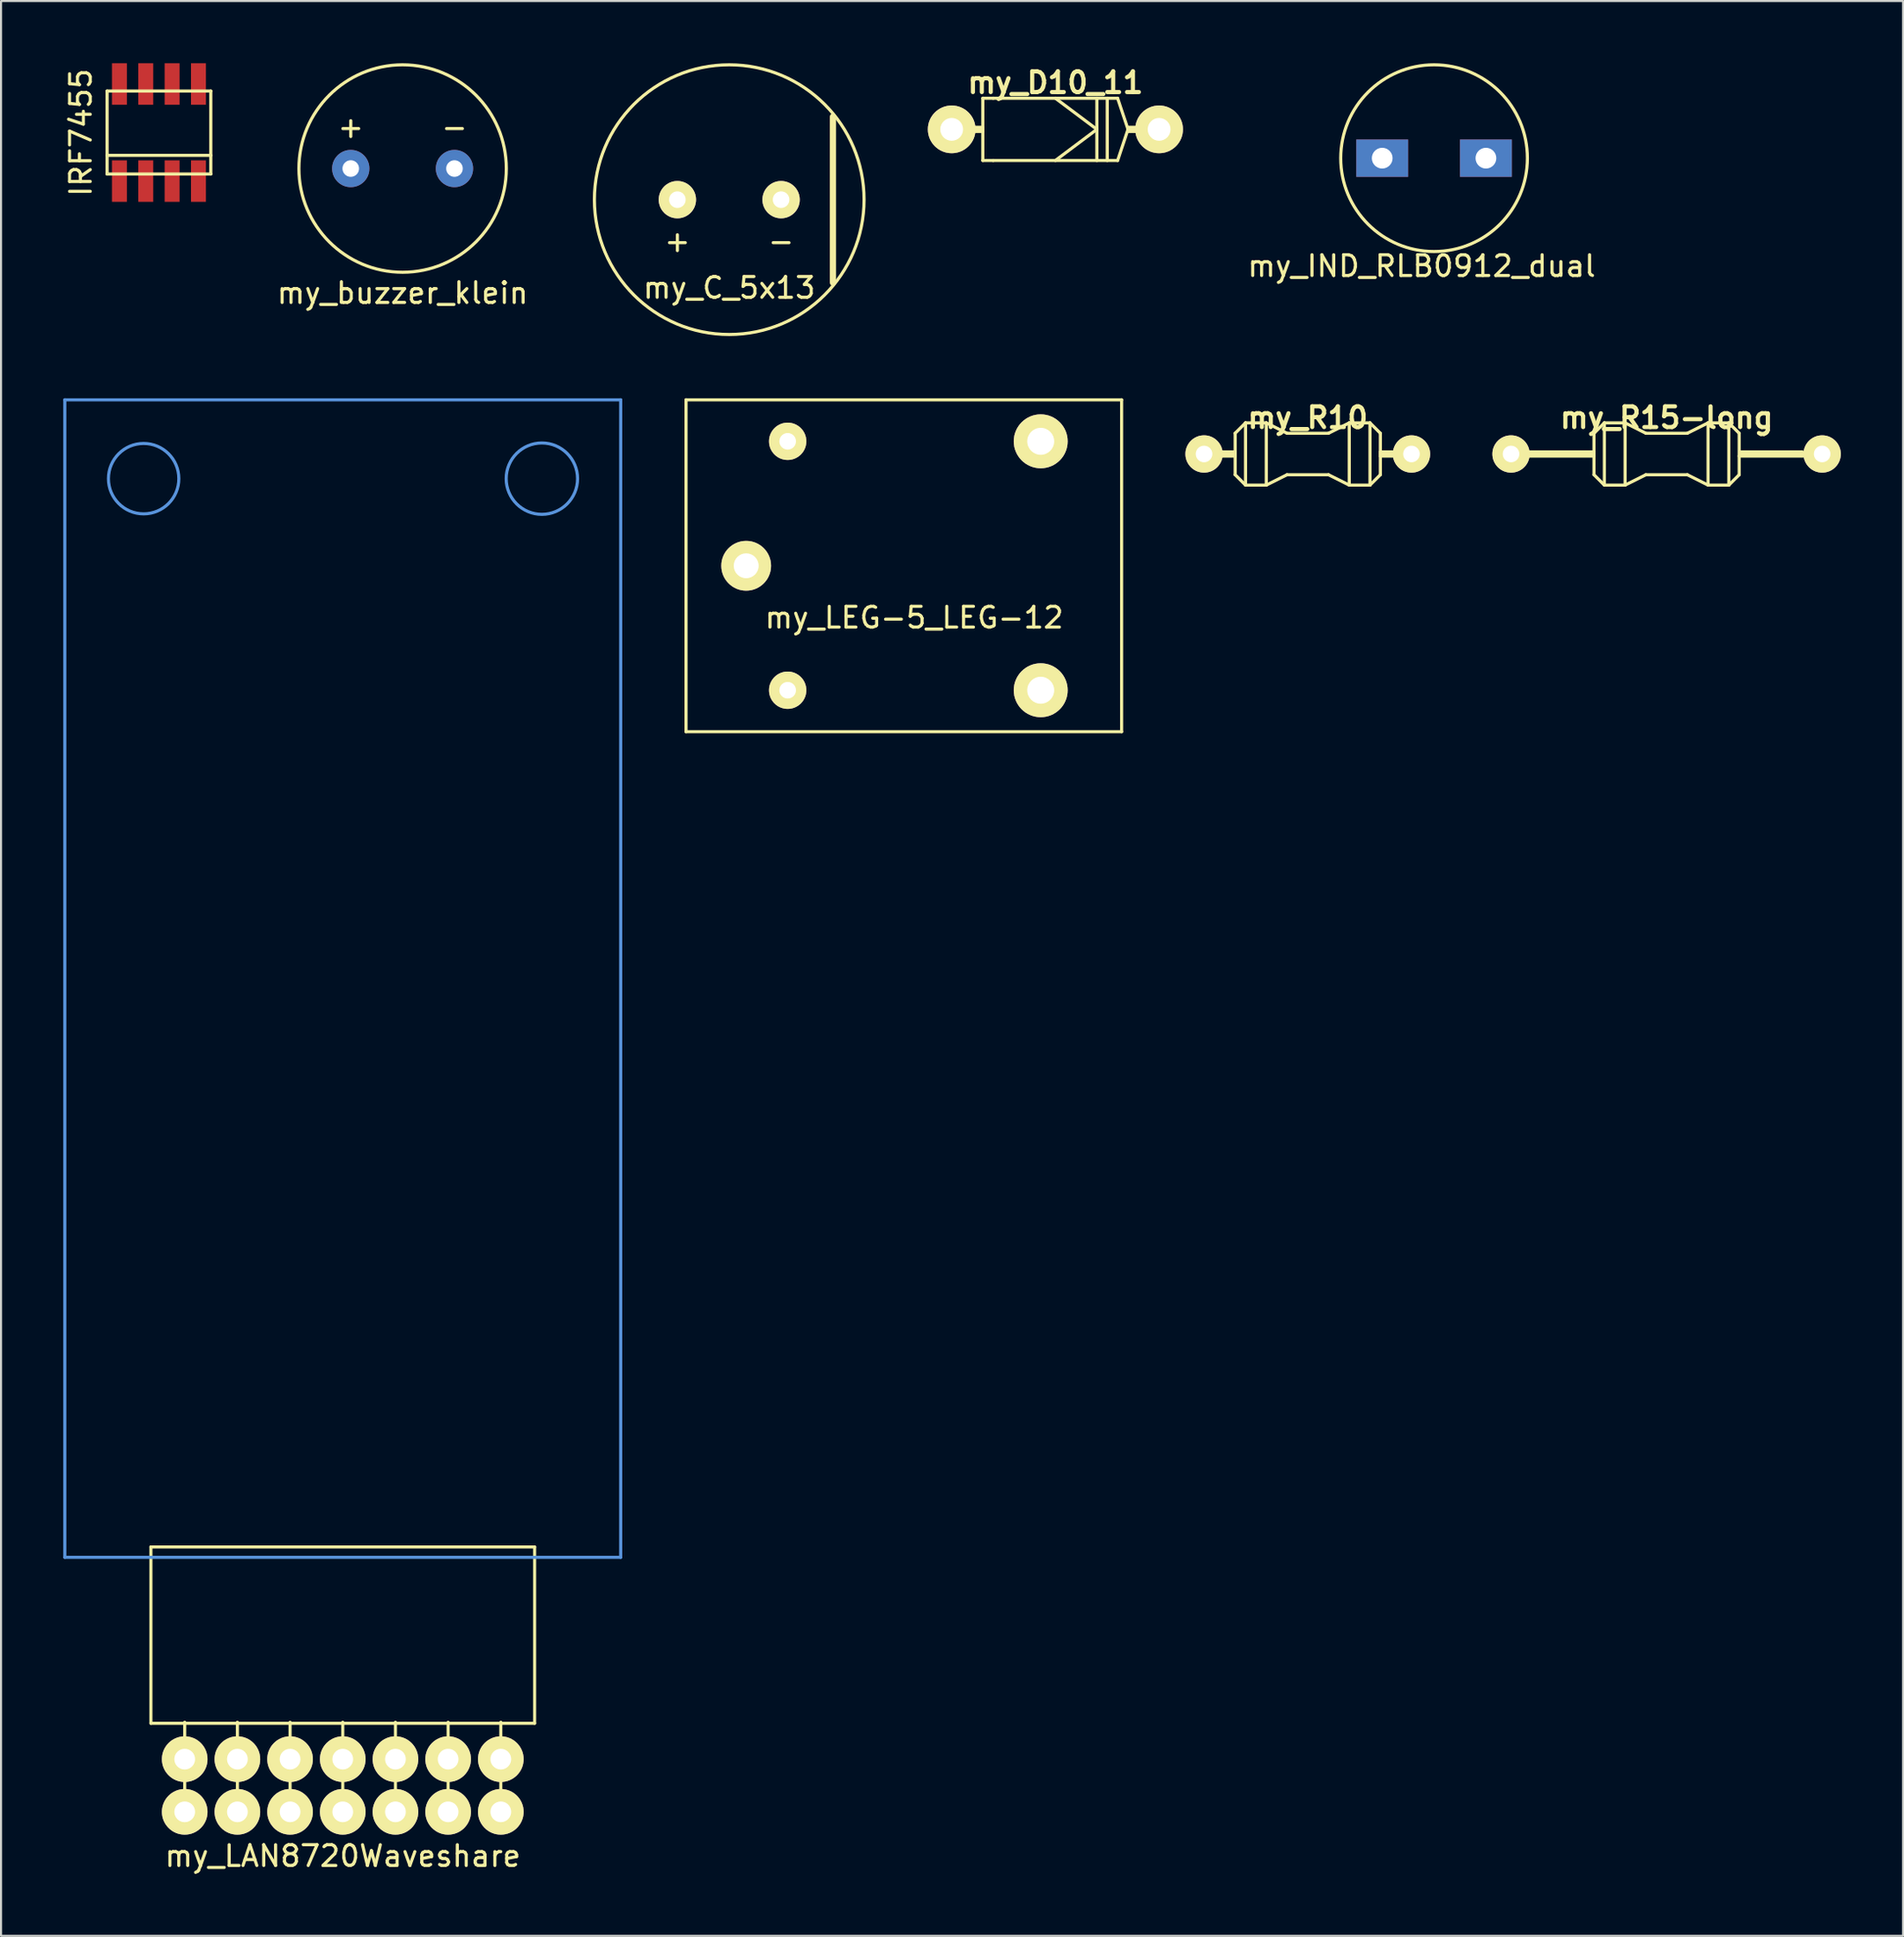
<source format=kicad_pcb>
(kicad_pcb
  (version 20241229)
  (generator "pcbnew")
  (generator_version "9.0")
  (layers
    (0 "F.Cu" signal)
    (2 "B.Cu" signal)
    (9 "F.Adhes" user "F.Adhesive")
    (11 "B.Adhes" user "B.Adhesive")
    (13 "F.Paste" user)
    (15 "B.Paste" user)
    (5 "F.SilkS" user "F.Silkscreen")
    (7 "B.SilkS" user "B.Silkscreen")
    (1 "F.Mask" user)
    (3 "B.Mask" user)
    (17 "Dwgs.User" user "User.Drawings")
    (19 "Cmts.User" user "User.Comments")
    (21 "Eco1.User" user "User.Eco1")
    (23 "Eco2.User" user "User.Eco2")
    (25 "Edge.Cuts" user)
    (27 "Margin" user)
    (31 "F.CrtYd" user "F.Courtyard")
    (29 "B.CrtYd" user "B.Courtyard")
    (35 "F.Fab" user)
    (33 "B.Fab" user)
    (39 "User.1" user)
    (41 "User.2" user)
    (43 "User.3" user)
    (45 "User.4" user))
  (footprint "my_LAN8720Waveshare"
    (layer "F.Cu")
    (at 13.475 83.025)
    (property "Reference" "my_LAN8720Waveshare" (at 0 3.4 0) (layer "F.SilkS") (effects (font (size 1 1) (thickness 0.15))))
    (attr through_hole)
    (fp_line (start -9.25 -11.5) (end -9.25 -3) (stroke (width 0.15) (type solid)) (layer "F.SilkS"))
    (fp_line (start -9.25 -3) (end 9.25 -3) (stroke (width 0.15) (type solid)) (layer "F.SilkS"))
    (fp_line (start -7.62 1.27) (end -7.62 -3.048) (stroke (width 0.15) (type solid)) (layer "F.SilkS"))
    (fp_line (start -5.08 1.27) (end -5.08 -3.048) (stroke (width 0.15) (type solid)) (layer "F.SilkS"))
    (fp_line (start -2.54 1.27) (end -2.54 -3.048) (stroke (width 0.15) (type solid)) (layer "F.SilkS"))
    (fp_line (start 0 1.27) (end 0 -3.048) (stroke (width 0.15) (type solid)) (layer "F.SilkS"))
    (fp_line (start 2.54 1.27) (end 2.54 -3.048) (stroke (width 0.15) (type solid)) (layer "F.SilkS"))
    (fp_line (start 5.08 1.27) (end 5.08 -3.048) (stroke (width 0.15) (type solid)) (layer "F.SilkS"))
    (fp_line (start 7.62 1.27) (end 7.62 -3.048) (stroke (width 0.15) (type solid)) (layer "F.SilkS"))
    (fp_line (start 9.25 -11.5) (end -9.25 -11.5) (stroke (width 0.15) (type solid)) (layer "F.SilkS"))
    (fp_line (start 9.25 -3) (end 9.25 -11.5) (stroke (width 0.15) (type solid)) (layer "F.SilkS"))
    (fp_line (start -13.4 -66.8) (end 13.4 -66.8) (stroke (width 0.15) (type solid)) (layer "Cmts.User"))
    (fp_line (start -13.4 -11) (end -13.4 -66.8) (stroke (width 0.15) (type solid)) (layer "Cmts.User"))
    (fp_line (start 13.4 -66.8) (end 13.4 -11) (stroke (width 0.15) (type solid)) (layer "Cmts.User"))
    (fp_line (start 13.4 -11) (end -13.4 -11) (stroke (width 0.15) (type solid)) (layer "Cmts.User"))
    (fp_circle (center -9.6 -63) (end -8.4 -61.8) (stroke (width 0.15) (type solid)) (fill no) (layer "Cmts.User"))
    (fp_circle (center 9.6 -63) (end 11 -62) (stroke (width 0.15) (type solid)) (fill no) (layer "Cmts.User"))
    (pad "1" thru_hole circle (at -7.62 -1.27) (size 2.2 2.2) (drill 1) (layers "*.Cu" "*.Mask" "F.SilkS"))
    (pad "2" thru_hole circle (at -7.62 1.27) (size 2.2 2.2) (drill 1) (layers "*.Cu" "*.Mask" "F.SilkS"))
    (pad "3" thru_hole circle (at -5.08 -1.27) (size 2.2 2.2) (drill 1) (layers "*.Cu" "*.Mask" "F.SilkS"))
    (pad "4" thru_hole circle (at -5.08 1.27) (size 2.2 2.2) (drill 1) (layers "*.Cu" "*.Mask" "F.SilkS"))
    (pad "5" thru_hole circle (at -2.54 -1.27) (size 2.2 2.2) (drill 1) (layers "*.Cu" "*.Mask" "F.SilkS"))
    (pad "6" thru_hole circle (at -2.54 1.27) (size 2.2 2.2) (drill 1) (layers "*.Cu" "*.Mask" "F.SilkS"))
    (pad "7" thru_hole circle (at 0 -1.27) (size 2.2 2.2) (drill 1) (layers "*.Cu" "*.Mask" "F.SilkS"))
    (pad "8" thru_hole circle (at 0 1.27) (size 2.2 2.2) (drill 1) (layers "*.Cu" "*.Mask" "F.SilkS"))
    (pad "9" thru_hole circle (at 2.54 -1.27) (size 2.2 2.2) (drill 1) (layers "*.Cu" "*.Mask" "F.SilkS"))
    (pad "10" thru_hole circle (at 2.54 1.27) (size 2.2 2.2) (drill 1) (layers "*.Cu" "*.Mask" "F.SilkS"))
    (pad "11" thru_hole circle (at 5.08 -1.27) (size 2.2 2.2) (drill 1) (layers "*.Cu" "*.Mask" "F.SilkS"))
    (pad "12" thru_hole circle (at 5.08 1.27) (size 2.2 2.2) (drill 1) (layers "*.Cu" "*.Mask" "F.SilkS"))
    (pad "13" thru_hole circle (at 7.62 -1.27) (size 2.2 2.2) (drill 1) (layers "*.Cu" "*.Mask" "F.SilkS"))
    (pad "14" thru_hole circle (at 7.62 1.27) (size 2.2 2.2) (drill 1) (layers "*.Cu" "*.Mask" "F.SilkS")))
  (footprint "my_C_5x13"
    (layer "F.Cu")
    (at 32.108 6.575)
    (property "Reference" "my_C_5x13" (at 0 4.25 0) (layer "F.SilkS") (effects (font (size 1 1) (thickness 0.15))))
    (attr through_hole)
    (fp_line (start 5 -4) (end 5 4) (stroke (width 0.3) (type solid)) (layer "F.SilkS"))
    (fp_circle (center 0 0) (end 6.5 0) (stroke (width 0.15) (type solid)) (fill no) (layer "F.SilkS"))
    (fp_text user "-" (at 2.5 2 0) (layer "F.SilkS") (effects (font (size 1 1) (thickness 0.15))))
    (fp_text user "+" (at -2.5 2 0) (layer "F.SilkS") (effects (font (size 1 1) (thickness 0.15))))
    (pad "1" thru_hole circle (at -2.5 0) (size 1.8 1.8) (drill 0.8) (layers "*.Cu" "*.Mask" "F.SilkS"))
    (pad "2" thru_hole circle (at 2.5 0) (size 1.8 1.8) (drill 0.8) (layers "*.Cu" "*.Mask" "F.SilkS")))
  (footprint "my_R15-long"
    (layer "F.Cu")
    (at 77.3 18.836)
    (property "Reference" "my_R15-long" (at 0 -1.75 0) (layer "F.SilkS") (effects (font (size 1 1) (thickness 0.2))))
    (attr through_hole)
    (fp_line (start -7.5 -0.1) (end -7.5 0.1) (stroke (width 0.15) (type solid)) (layer "F.SilkS"))
    (fp_line (start -6.65 0.1) (end -3.5 0.1) (stroke (width 0.15) (type solid)) (layer "F.SilkS"))
    (fp_line (start -3.5 -1) (end -3.5 1) (stroke (width 0.15) (type solid)) (layer "F.SilkS"))
    (fp_line (start -3.5 -0.1) (end -6.7 -0.1) (stroke (width 0.15) (type solid)) (layer "F.SilkS"))
    (fp_line (start -3.5 0) (end -6.6 0) (stroke (width 0.15) (type solid)) (layer "F.SilkS"))
    (fp_line (start -3.5 1) (end -3 1.5) (stroke (width 0.15) (type solid)) (layer "F.SilkS"))
    (fp_line (start -3 -1.5) (end -3.5 -1) (stroke (width 0.15) (type solid)) (layer "F.SilkS"))
    (fp_line (start -3 -1.5) (end -2 -1.5) (stroke (width 0.15) (type solid)) (layer "F.SilkS"))
    (fp_line (start -3 1.5) (end -3 -1.5) (stroke (width 0.15) (type solid)) (layer "F.SilkS"))
    (fp_line (start -2 -1.5) (end -2 1.5) (stroke (width 0.15) (type solid)) (layer "F.SilkS"))
    (fp_line (start -2 -1.5) (end -1 -1) (stroke (width 0.15) (type solid)) (layer "F.SilkS"))
    (fp_line (start -2 1.5) (end -3 1.5) (stroke (width 0.15) (type solid)) (layer "F.SilkS"))
    (fp_line (start -1 -1) (end 1 -1) (stroke (width 0.15) (type solid)) (layer "F.SilkS"))
    (fp_line (start -1 1) (end -2 1.5) (stroke (width 0.15) (type solid)) (layer "F.SilkS"))
    (fp_line (start 1 -1) (end 2 -1.5) (stroke (width 0.15) (type solid)) (layer "F.SilkS"))
    (fp_line (start 1 1) (end -1 1) (stroke (width 0.15) (type solid)) (layer "F.SilkS"))
    (fp_line (start 2 -1.5) (end 2 1.5) (stroke (width 0.15) (type solid)) (layer "F.SilkS"))
    (fp_line (start 2 -1.5) (end 3 -1.5) (stroke (width 0.15) (type solid)) (layer "F.SilkS"))
    (fp_line (start 2 1.5) (end 1 1) (stroke (width 0.15) (type solid)) (layer "F.SilkS"))
    (fp_line (start 3 -1.5) (end 3 1.5) (stroke (width 0.15) (type solid)) (layer "F.SilkS"))
    (fp_line (start 3 1.5) (end 2 1.5) (stroke (width 0.15) (type solid)) (layer "F.SilkS"))
    (fp_line (start 3 1.5) (end 3.5 1) (stroke (width 0.15) (type solid)) (layer "F.SilkS"))
    (fp_line (start 3.5 -1) (end 3 -1.5) (stroke (width 0.15) (type solid)) (layer "F.SilkS"))
    (fp_line (start 3.5 1) (end 3.5 -1) (stroke (width 0.15) (type solid)) (layer "F.SilkS"))
    (fp_line (start 3.55 -0.1) (end 6.55 -0.1) (stroke (width 0.15) (type solid)) (layer "F.SilkS"))
    (fp_line (start 3.6 0) (end 6.6 0) (stroke (width 0.15) (type solid)) (layer "F.SilkS"))
    (fp_line (start 6.6 0.1) (end 3.5 0.1) (stroke (width 0.15) (type solid)) (layer "F.SilkS"))
    (fp_line (start 7.5 -0.1) (end 7.5 0.1) (stroke (width 0.15) (type solid)) (layer "F.SilkS"))
    (pad "1" thru_hole circle (at -7.5 0) (size 1.8 1.8) (drill 0.8) (layers "*.Cu" "*.Mask" "F.SilkS"))
    (pad "2" thru_hole circle (at 7.5 0) (size 1.8 1.8) (drill 0.8) (layers "*.Cu" "*.Mask" "F.SilkS")))
  (footprint "IRF7455"
    (layer "F.Cu")
    (at 4.613 3.34)
    (property "Reference" "IRF7455" (at -3.765 0 90) (layer "F.SilkS") (effects (font (size 1 1) (thickness 0.15))))
    (attr smd)
    (fp_line (start -2.5 -2) (end 2.5 -2) (stroke (width 0.15) (type solid)) (layer "F.SilkS"))
    (fp_line (start -2.5 1.1) (end 2.5 1.1) (stroke (width 0.15) (type solid)) (layer "F.SilkS"))
    (fp_line (start -2.5 2) (end -2.5 -2) (stroke (width 0.15) (type solid)) (layer "F.SilkS"))
    (fp_line (start 2.5 -2) (end 2.5 2) (stroke (width 0.15) (type solid)) (layer "F.SilkS"))
    (fp_line (start 2.5 2) (end -2.5 2) (stroke (width 0.15) (type solid)) (layer "F.SilkS"))
    (pad "1" smd rect (at -1.905 2.34) (size 0.72 2) (layers "F.Cu" "F.Mask" "F.Paste"))
    (pad "2" smd rect (at -0.635 2.34) (size 0.72 2) (layers "F.Cu" "F.Mask" "F.Paste"))
    (pad "3" smd rect (at 0.635 2.34) (size 0.72 2) (layers "F.Cu" "F.Mask" "F.Paste"))
    (pad "4" smd rect (at 1.905 2.34) (size 0.72 2) (layers "F.Cu" "F.Mask" "F.Paste"))
    (pad "5" smd rect (at 1.905 -2.34) (size 0.72 2) (layers "F.Cu" "F.Mask" "F.Paste"))
    (pad "6" smd rect (at 0.635 -2.34) (size 0.72 2) (layers "F.Cu" "F.Mask" "F.Paste"))
    (pad "7" smd rect (at -0.635 -2.34) (size 0.72 2) (layers "F.Cu" "F.Mask" "F.Paste"))
    (pad "8" smd rect (at -1.905 -2.34) (size 0.72 2) (layers "F.Cu" "F.Mask" "F.Paste")))
  (footprint "my_LEG-5_LEG-12"
    (layer "F.Cu")
    (at 41.025 24.225)
    (property "Reference" "my_LEG-5_LEG-12" (at 0 2.5 0) (layer "F.SilkS") (effects (font (size 1 1) (thickness 0.15))))
    (attr through_hole)
    (fp_line (start -11 -8) (end 10 -8) (stroke (width 0.15) (type solid)) (layer "F.SilkS"))
    (fp_line (start -11 8) (end -11 -8) (stroke (width 0.15) (type solid)) (layer "F.SilkS"))
    (fp_line (start 10 -8) (end 10 8) (stroke (width 0.15) (type solid)) (layer "F.SilkS"))
    (fp_line (start 10 8) (end -11 8) (stroke (width 0.15) (type solid)) (layer "F.SilkS"))
    (pad "1" thru_hole circle (at -6.1 -6) (size 1.8 1.8) (drill 0.8) (layers "*.Cu" "*.Mask" "F.SilkS"))
    (pad "2" thru_hole circle (at -6.1 6) (size 1.8 1.8) (drill 0.8) (layers "*.Cu" "*.Mask" "F.SilkS"))
    (pad "3" thru_hole circle (at -8.1 0) (size 2.4 2.4) (drill 1.2) (layers "*.Cu" "*.Mask" "F.SilkS"))
    (pad "4" thru_hole circle (at 6.1 6) (size 2.6 2.6) (drill 1.3) (layers "*.Cu" "*.Mask" "F.SilkS"))
    (pad "5" thru_hole circle (at 6.1 -6) (size 2.6 2.6) (drill 1.3) (layers "*.Cu" "*.Mask" "F.SilkS")))
  (footprint "my_D10_11"
    (layer "F.Cu")
    (at 47.833 3.186)
    (property "Reference" "my_D10_11" (at 0 -2.25 0) (layer "F.SilkS") (effects (font (size 1 1) (thickness 0.2))))
    (attr through_hole)
    (fp_line (start -5 -0.1) (end -5 0.1) (stroke (width 0.15) (type solid)) (layer "F.SilkS"))
    (fp_line (start -5 0.1) (end -3.5 0.1) (stroke (width 0.15) (type solid)) (layer "F.SilkS"))
    (fp_line (start -3.5 -1.5) (end -3.5 1.5) (stroke (width 0.15) (type solid)) (layer "F.SilkS"))
    (fp_line (start -3.5 -0.1) (end -5 -0.1) (stroke (width 0.15) (type solid)) (layer "F.SilkS"))
    (fp_line (start -3.5 0) (end -5 0) (stroke (width 0.15) (type solid)) (layer "F.SilkS"))
    (fp_line (start -3.5 1.5) (end -3 1.5) (stroke (width 0.15) (type solid)) (layer "F.SilkS"))
    (fp_line (start -3 -1.5) (end -3.5 -1.5) (stroke (width 0.15) (type solid)) (layer "F.SilkS"))
    (fp_line (start -3 1.5) (end 3 1.5) (stroke (width 0.15) (type solid)) (layer "F.SilkS"))
    (fp_line (start 0 -1.5) (end 2 0) (stroke (width 0.15) (type solid)) (layer "F.SilkS"))
    (fp_line (start 2 -1.5) (end 2 1.5) (stroke (width 0.15) (type solid)) (layer "F.SilkS"))
    (fp_line (start 2 0) (end 0 1.5) (stroke (width 0.15) (type solid)) (layer "F.SilkS"))
    (fp_line (start 2.5 1.5) (end 2.5 -1.5) (stroke (width 0.15) (type solid)) (layer "F.SilkS"))
    (fp_line (start 3 -1.5) (end -3 -1.5) (stroke (width 0.15) (type solid)) (layer "F.SilkS"))
    (fp_line (start 3 1.5) (end 3.5 0) (stroke (width 0.15) (type solid)) (layer "F.SilkS"))
    (fp_line (start 3.5 -0.1) (end 5 -0.1) (stroke (width 0.15) (type solid)) (layer "F.SilkS"))
    (fp_line (start 3.5 0) (end 3 -1.5) (stroke (width 0.15) (type solid)) (layer "F.SilkS"))
    (fp_line (start 3.5 0) (end 5 0) (stroke (width 0.15) (type solid)) (layer "F.SilkS"))
    (fp_line (start 5 -0.1) (end 5 0.1) (stroke (width 0.15) (type solid)) (layer "F.SilkS"))
    (fp_line (start 5 0.1) (end 3.5 0.1) (stroke (width 0.15) (type solid)) (layer "F.SilkS"))
    (pad "1" thru_hole circle (at 5 0) (size 2.3 2.3) (drill 1.1) (layers "*.Cu" "*.Mask" "F.SilkS"))
    (pad "2" thru_hole circle (at -5 0) (size 2.3 2.3) (drill 1.1) (layers "*.Cu" "*.Mask" "F.SilkS")))
  (footprint "my_buzzer_klein"
    (layer "F.Cu")
    (at 16.361 5.075)
    (property "Reference" "my_buzzer_klein" (at 0 6 0) (layer "F.SilkS") (effects (font (size 1 1) (thickness 0.15))))
    (attr through_hole)
    (fp_circle (center 0 0) (end 5 0) (stroke (width 0.15) (type solid)) (fill no) (layer "F.SilkS"))
    (fp_text user "-" (at 2.5 -2 0) (layer "F.SilkS") (effects (font (size 1 1) (thickness 0.15))))
    (fp_text user "+" (at -2.5 -2 0) (layer "F.SilkS") (effects (font (size 1 1) (thickness 0.15))))
    (pad "1" thru_hole circle (at -2.5 0) (size 1.8 1.8) (drill 0.8) (layers "*.Cu" "*.Mask"))
    (pad "2" thru_hole circle (at 2.5 0) (size 1.8 1.8) (drill 0.8) (layers "*.Cu" "*.Mask")))
  (footprint "my_R10"
    (layer "F.Cu")
    (at 60 18.836)
    (property "Reference" "my_R10" (at 0 -1.75 0) (layer "F.SilkS") (effects (font (size 1 1) (thickness 0.2))))
    (attr through_hole)
    (fp_line (start -5 -0.1) (end -5 0.1) (stroke (width 0.15) (type solid)) (layer "F.SilkS"))
    (fp_line (start -5 0.1) (end -3.5 0.1) (stroke (width 0.15) (type solid)) (layer "F.SilkS"))
    (fp_line (start -3.5 -1) (end -3.5 1) (stroke (width 0.15) (type solid)) (layer "F.SilkS"))
    (fp_line (start -3.5 -0.1) (end -5 -0.1) (stroke (width 0.15) (type solid)) (layer "F.SilkS"))
    (fp_line (start -3.5 0) (end -5 0) (stroke (width 0.15) (type solid)) (layer "F.SilkS"))
    (fp_line (start -3.5 1) (end -3 1.5) (stroke (width 0.15) (type solid)) (layer "F.SilkS"))
    (fp_line (start -3 -1.5) (end -3.5 -1) (stroke (width 0.15) (type solid)) (layer "F.SilkS"))
    (fp_line (start -3 -1.5) (end -2 -1.5) (stroke (width 0.15) (type solid)) (layer "F.SilkS"))
    (fp_line (start -3 1.5) (end -3 -1.5) (stroke (width 0.15) (type solid)) (layer "F.SilkS"))
    (fp_line (start -2 -1.5) (end -2 1.5) (stroke (width 0.15) (type solid)) (layer "F.SilkS"))
    (fp_line (start -2 -1.5) (end -1 -1) (stroke (width 0.15) (type solid)) (layer "F.SilkS"))
    (fp_line (start -2 1.5) (end -3 1.5) (stroke (width 0.15) (type solid)) (layer "F.SilkS"))
    (fp_line (start -1 -1) (end 1 -1) (stroke (width 0.15) (type solid)) (layer "F.SilkS"))
    (fp_line (start -1 1) (end -2 1.5) (stroke (width 0.15) (type solid)) (layer "F.SilkS"))
    (fp_line (start 1 -1) (end 2 -1.5) (stroke (width 0.15) (type solid)) (layer "F.SilkS"))
    (fp_line (start 1 1) (end -1 1) (stroke (width 0.15) (type solid)) (layer "F.SilkS"))
    (fp_line (start 2 -1.5) (end 2 1.5) (stroke (width 0.15) (type solid)) (layer "F.SilkS"))
    (fp_line (start 2 -1.5) (end 3 -1.5) (stroke (width 0.15) (type solid)) (layer "F.SilkS"))
    (fp_line (start 2 1.5) (end 1 1) (stroke (width 0.15) (type solid)) (layer "F.SilkS"))
    (fp_line (start 3 -1.5) (end 3 1.5) (stroke (width 0.15) (type solid)) (layer "F.SilkS"))
    (fp_line (start 3 1.5) (end 2 1.5) (stroke (width 0.15) (type solid)) (layer "F.SilkS"))
    (fp_line (start 3 1.5) (end 3.5 1) (stroke (width 0.15) (type solid)) (layer "F.SilkS"))
    (fp_line (start 3.5 -1) (end 3 -1.5) (stroke (width 0.15) (type solid)) (layer "F.SilkS"))
    (fp_line (start 3.5 -0.1) (end 5 -0.1) (stroke (width 0.15) (type solid)) (layer "F.SilkS"))
    (fp_line (start 3.5 0) (end 5 0) (stroke (width 0.15) (type solid)) (layer "F.SilkS"))
    (fp_line (start 3.5 1) (end 3.5 -1) (stroke (width 0.15) (type solid)) (layer "F.SilkS"))
    (fp_line (start 5 -0.1) (end 5 0.1) (stroke (width 0.15) (type solid)) (layer "F.SilkS"))
    (fp_line (start 5 0.1) (end 3.5 0.1) (stroke (width 0.15) (type solid)) (layer "F.SilkS"))
    (pad "1" thru_hole circle (at -5 0) (size 1.8 1.8) (drill 0.8) (layers "*.Cu" "*.Mask" "F.SilkS"))
    (pad "2" thru_hole circle (at 5 0) (size 1.8 1.8) (drill 0.8) (layers "*.Cu" "*.Mask" "F.SilkS")))
  (footprint "my_IND_RLB0912_dual"
    (layer "F.Cu")
    (at 66.089 4.575)
    (property "Reference" "my_IND_RLB0912_dual" (at -0.6 5.2 0) (layer "F.SilkS") (effects (font (size 1 1) (thickness 0.15))))
    (attr through_hole)
    (fp_circle (center 0 0) (end 4.5 0) (stroke (width 0.15) (type solid)) (fill no) (layer "F.SilkS"))
    (pad "1" thru_hole rect (at -2.5 0) (size 2.5 1.8) (drill 1) (layers "*.Cu" "*.Mask"))
    (pad "2" thru_hole rect (at 2.5 0) (size 2.5 1.8) (drill 1) (layers "*.Cu" "*.Mask")))
  (gr_rect
    (start -3 -3)
    (end 88.7 90.273)
    (stroke (width 0.1) (type default))
    (fill no)
    (layer "Edge.Cuts")))
</source>
